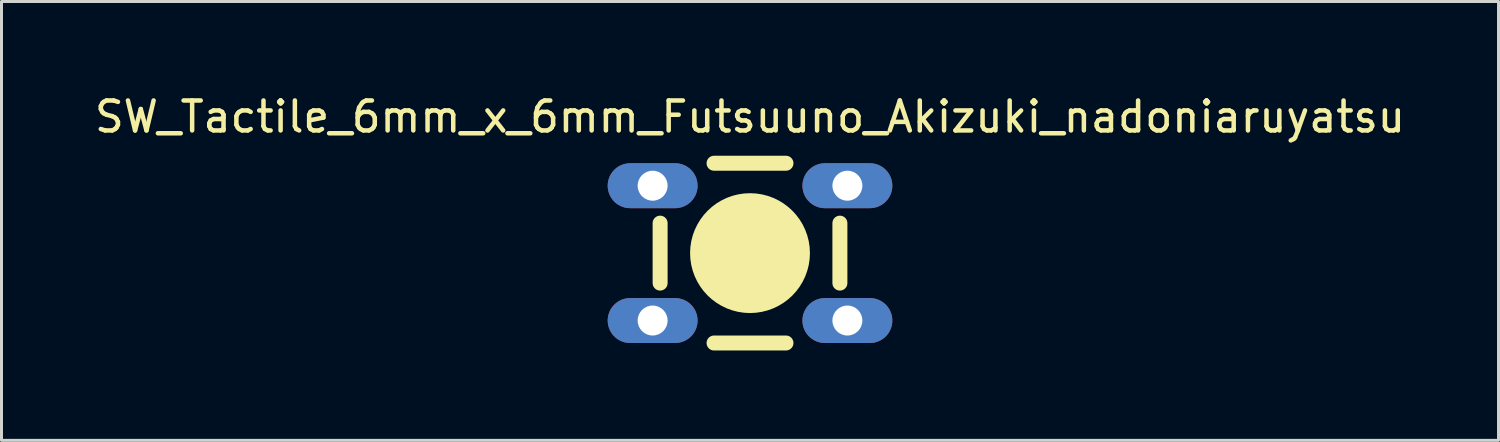
<source format=kicad_pcb>
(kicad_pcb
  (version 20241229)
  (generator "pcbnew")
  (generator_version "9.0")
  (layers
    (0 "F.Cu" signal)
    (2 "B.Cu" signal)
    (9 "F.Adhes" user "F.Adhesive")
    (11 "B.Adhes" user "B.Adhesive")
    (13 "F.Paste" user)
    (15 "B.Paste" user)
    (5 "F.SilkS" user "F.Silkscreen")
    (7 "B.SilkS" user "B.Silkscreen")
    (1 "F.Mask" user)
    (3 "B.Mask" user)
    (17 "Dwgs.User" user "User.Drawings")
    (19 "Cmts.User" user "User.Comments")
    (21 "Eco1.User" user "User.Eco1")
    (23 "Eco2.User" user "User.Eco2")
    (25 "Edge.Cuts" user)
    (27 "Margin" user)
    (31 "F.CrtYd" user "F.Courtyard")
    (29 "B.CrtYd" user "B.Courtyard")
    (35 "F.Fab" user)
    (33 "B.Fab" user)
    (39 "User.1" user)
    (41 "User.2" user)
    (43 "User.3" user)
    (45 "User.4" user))
  (footprint "SW_Tactile_6mm_x_6mm_Futsuuno_Akizuki_nadoniaruyatsu"
    (layer "F.Cu")
    (at 21.982 5.398)
    (property "Reference" "SW_Tactile_6mm_x_6mm_Futsuuno_Akizuki_nadoniaruyatsu" (at 0 -4.55 0) (layer "F.SilkS") (effects (font (size 1 1) (thickness 0.15))))
    (attr through_hole)
    (fp_line (start -3 -1) (end -3 1) (stroke (width 0.5) (type solid)) (layer "F.SilkS"))
    (fp_line (start -1.2 3) (end 1.2 3) (stroke (width 0.5) (type solid)) (layer "F.SilkS"))
    (fp_line (start 1.2 -3) (end -1.2 -3) (stroke (width 0.5) (type solid)) (layer "F.SilkS"))
    (fp_line (start 3 1) (end 3 -1) (stroke (width 0.5) (type solid)) (layer "F.SilkS"))
    (fp_circle (center 0 0) (end 1 0) (stroke (width 2) (type solid)) (fill no) (layer "F.SilkS"))
    (pad "1" thru_hole oval (at -3.25 -2.25) (size 3 1.5) (drill 1) (layers "*.Cu" "*.Mask"))
    (pad "1" thru_hole oval (at 3.25 -2.25) (size 3 1.5) (drill 1) (layers "*.Cu" "*.Mask"))
    (pad "2" thru_hole oval (at -3.25 2.25) (size 3 1.5) (drill 1) (layers "*.Cu" "*.Mask"))
    (pad "2" thru_hole oval (at 3.25 2.25) (size 3 1.5) (drill 1) (layers "*.Cu" "*.Mask")))
  (gr_rect
    (start -3 -3)
    (end 46.964 11.648)
    (stroke (width 0.1) (type default))
    (fill no)
    (layer "Edge.Cuts")))
</source>
